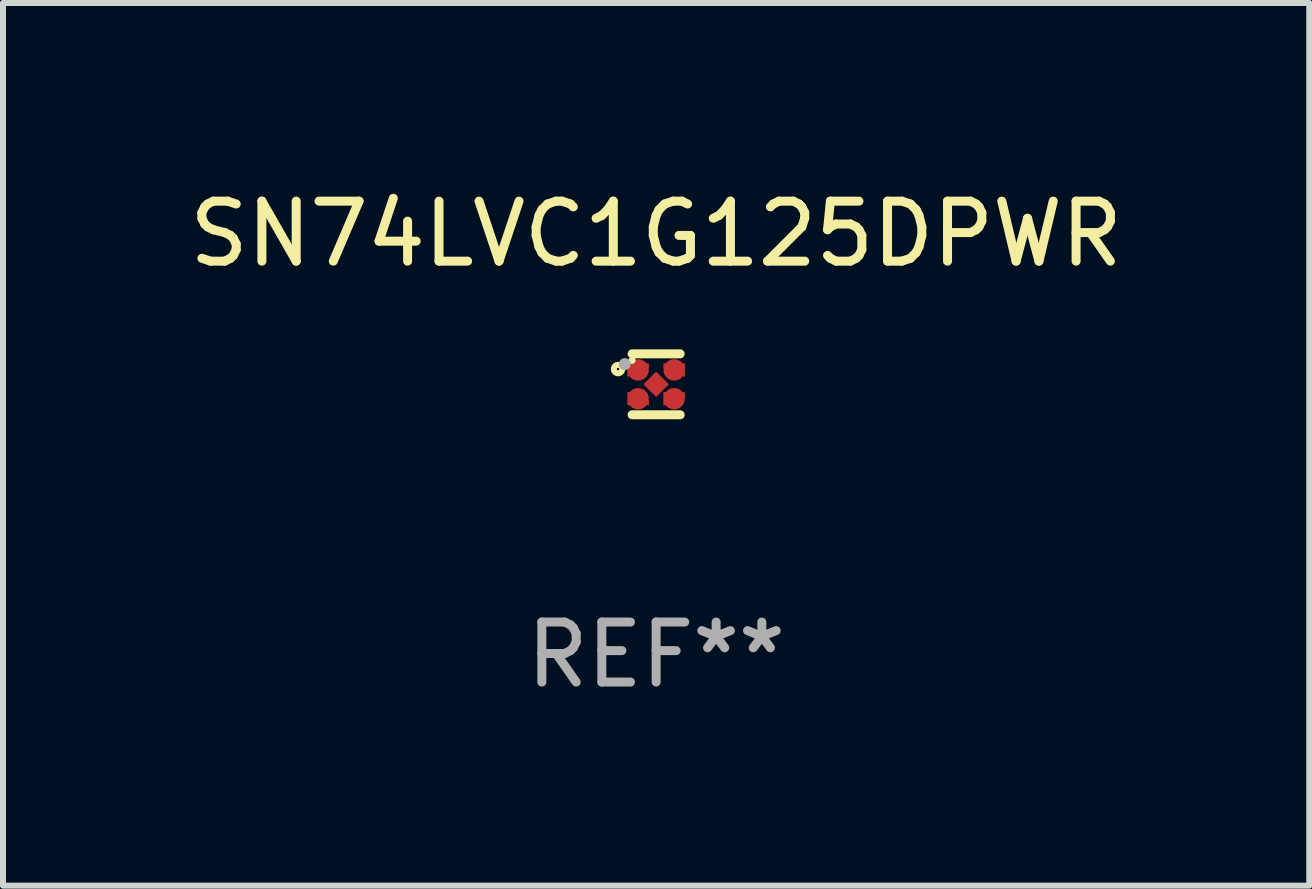
<source format=kicad_pcb>
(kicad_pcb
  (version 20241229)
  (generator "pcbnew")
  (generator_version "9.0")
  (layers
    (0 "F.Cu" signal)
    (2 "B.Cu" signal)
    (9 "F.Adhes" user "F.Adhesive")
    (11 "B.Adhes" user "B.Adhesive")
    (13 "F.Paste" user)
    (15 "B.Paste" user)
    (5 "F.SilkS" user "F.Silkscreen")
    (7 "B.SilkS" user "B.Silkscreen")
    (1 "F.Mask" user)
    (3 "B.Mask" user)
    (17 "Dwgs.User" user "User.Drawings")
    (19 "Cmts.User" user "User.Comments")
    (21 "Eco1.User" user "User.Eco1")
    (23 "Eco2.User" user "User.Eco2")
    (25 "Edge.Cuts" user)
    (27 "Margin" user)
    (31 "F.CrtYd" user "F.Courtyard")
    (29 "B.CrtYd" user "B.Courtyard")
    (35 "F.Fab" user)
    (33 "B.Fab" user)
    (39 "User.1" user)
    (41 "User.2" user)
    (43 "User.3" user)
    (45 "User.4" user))
  (footprint "SN74LVC1G125DPWR"
    (layer "F.Cu")
    (at 7.887 3.356)
    (property "Reference" "SN74LVC1G125DPWR" (at 0 -2.508 0) (layer "F.SilkS") (effects (font (size 1 1) (thickness 0.15))))
    (attr through_hole)
    (fp_line (start 0.4 -0.508) (end -0.4 -0.508) (stroke (width 0.15) (type solid)) (layer "F.SilkS"))
    (fp_line (start 0.4 0.508) (end -0.4 0.508) (stroke (width 0.15) (type solid)) (layer "F.SilkS"))
    (fp_circle (center -0.635 -0.254) (end -0.615 -0.254) (stroke (width 0.1) (type solid)) (fill no) (layer "F.SilkS"))
    (fp_circle (center -0.401 -0.4) (end -0.371 -0.4) (stroke (width 0.06) (type solid)) (fill no) (layer "F.SilkS"))
    (fp_circle (center -0.523 -0.337) (end -0.473 -0.337) (stroke (width 0.1) (type solid)) (fill no) (layer "F.Fab"))
    (fp_text user "REF**" (at 0 4.508 0) (layer "F.Fab") (effects (font (size 1 1) (thickness 0.15))))
    (pad "1" smd custom (at -0.3 -0.24) (size 0.36 0.22) (layers "F.Cu" "F.Mask" "F.Paste") (options (anchor circle)) (primitives (gr_poly (pts (xy -0.18 -0.11) (xy -0.18 0.11) (xy 0.000127 0.11) (xy 0.18 -0.03) (xy 0.18 -0.11) (xy -0.18 -0.11)) (width 0) (fill yes))))
    (pad "2" smd custom (at -0.3 0.24) (size 0.36 0.22) (layers "F.Cu" "F.Mask" "F.Paste") (options (anchor circle)) (primitives (gr_poly (pts (xy -0.18 0.11) (xy -0.18 -0.11) (xy 0.000127 -0.11) (xy 0.18 0.03) (xy 0.18 0.11) (xy -0.18 0.11)) (width 0) (fill yes))))
    (pad "3" smd rect (at 0.000102 -0.000127 45) (size 0.3 0.3) (layers "F.Cu" "F.Mask" "F.Paste"))
    (pad "4" smd custom (at 0.3 0.24 180) (size 0.36 0.22) (layers "F.Cu" "F.Mask" "F.Paste") (options (anchor circle)) (primitives (gr_poly (pts (xy 0.18 0.11) (xy 0.18 -0.11) (xy -0.000178 -0.11) (xy -0.18 0.03) (xy -0.18 0.11) (xy 0.18 0.11)) (width 0) (fill yes))))
    (pad "5" smd custom (at 0.3 -0.24) (size 0.36 0.22) (layers "F.Cu" "F.Mask" "F.Paste") (options (anchor circle)) (primitives (gr_poly (pts (xy 0.18 -0.11) (xy 0.18 0.11) (xy -0.000152 0.11) (xy -0.18 -0.03) (xy -0.18 -0.11) (xy 0.18 -0.11)) (width 0) (fill yes)))))
  (gr_rect
    (start -3 -3)
    (end 18.774 11.713)
    (stroke (width 0.1) (type default))
    (fill no)
    (layer "Edge.Cuts")))
</source>
